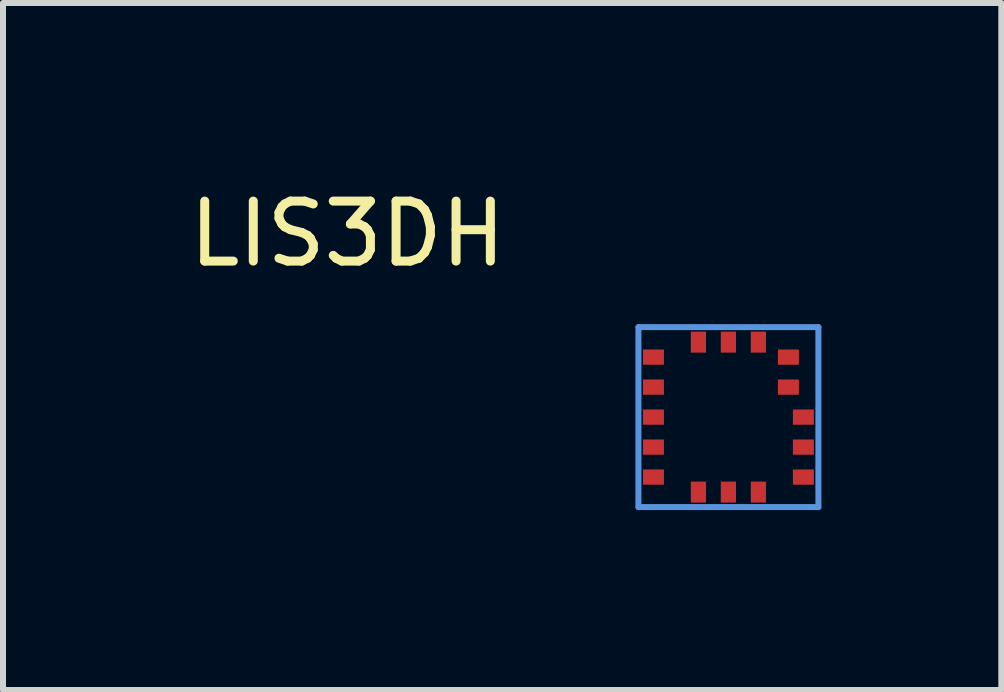
<source format=kicad_pcb>
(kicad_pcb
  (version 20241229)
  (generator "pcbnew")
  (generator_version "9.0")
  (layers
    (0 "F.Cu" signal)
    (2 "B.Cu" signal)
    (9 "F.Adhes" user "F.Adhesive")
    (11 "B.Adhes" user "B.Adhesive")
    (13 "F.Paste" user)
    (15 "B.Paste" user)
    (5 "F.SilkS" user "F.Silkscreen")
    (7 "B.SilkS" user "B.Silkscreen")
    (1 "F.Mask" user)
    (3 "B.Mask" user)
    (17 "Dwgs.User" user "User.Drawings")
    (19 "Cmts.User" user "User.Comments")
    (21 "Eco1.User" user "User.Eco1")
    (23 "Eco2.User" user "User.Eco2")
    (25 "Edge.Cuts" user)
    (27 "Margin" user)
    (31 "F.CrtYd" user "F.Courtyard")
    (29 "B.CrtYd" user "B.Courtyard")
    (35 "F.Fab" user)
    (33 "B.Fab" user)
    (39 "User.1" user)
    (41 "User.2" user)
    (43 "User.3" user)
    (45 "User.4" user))
  (footprint "LIS3DH"
    (layer "F.Cu")
    (at 9.094 3.904)
    (property "Reference" "LIS3DH" (at -6.35 -3.056 0) (layer "F.SilkS") (effects (font (size 1 1) (thickness 0.15))))
    (attr through_hole)
    (fp_line (start -1.5 -1.5) (end 1.5 -1.5) (stroke (width 0.1) (type solid)) (layer "Cmts.User"))
    (fp_line (start -1.5 1.5) (end -1.5 -1.5) (stroke (width 0.1) (type solid)) (layer "Cmts.User"))
    (fp_line (start 1.5 -1.5) (end 1.5 1.5) (stroke (width 0.1) (type solid)) (layer "Cmts.User"))
    (fp_line (start 1.5 1.5) (end -1.5 1.5) (stroke (width 0.1) (type solid)) (layer "Cmts.User"))
    (pad "1" smd rect (at -1.25 -1) (size 0.35 0.254) (layers "F.Cu" "F.Mask" "F.Paste"))
    (pad "1" smd rect (at -1.25 -0.5) (size 0.35 0.254) (layers "F.Cu" "F.Mask" "F.Paste"))
    (pad "1" smd rect (at -1.25 0) (size 0.35 0.254) (layers "F.Cu" "F.Mask" "F.Paste"))
    (pad "1" smd rect (at -1.25 0.5) (size 0.35 0.254) (layers "F.Cu" "F.Mask" "F.Paste"))
    (pad "1" smd rect (at -1.25 1) (size 0.35 0.254) (layers "F.Cu" "F.Mask" "F.Paste"))
    (pad "1" smd rect (at -0.5 -1.25) (size 0.254 0.35) (layers "F.Cu" "F.Mask" "F.Paste"))
    (pad "1" smd rect (at -0.5 1.25) (size 0.254 0.35) (layers "F.Cu" "F.Mask" "F.Paste"))
    (pad "1" smd rect (at 0 -1.25) (size 0.254 0.35) (layers "F.Cu" "F.Mask" "F.Paste"))
    (pad "1" smd rect (at 0 1.25) (size 0.254 0.35) (layers "F.Cu" "F.Mask" "F.Paste"))
    (pad "1" smd rect (at 0.5 -1.25) (size 0.254 0.35) (layers "F.Cu" "F.Mask" "F.Paste"))
    (pad "1" smd rect (at 0.5 1.25) (size 0.254 0.35) (layers "F.Cu" "F.Mask" "F.Paste"))
    (pad "1" smd rect (at 1 -1) (size 0.35 0.254) (layers "F.Cu" "F.Mask" "F.Paste"))
    (pad "1" smd rect (at 1 -0.5) (size 0.35 0.254) (layers "F.Cu" "F.Mask" "F.Paste"))
    (pad "1" smd rect (at 1.25 0) (size 0.35 0.254) (layers "F.Cu" "F.Mask" "F.Paste"))
    (pad "1" smd rect (at 1.25 0.5) (size 0.35 0.254) (layers "F.Cu" "F.Mask" "F.Paste"))
    (pad "1" smd rect (at 1.25 1) (size 0.35 0.254) (layers "F.Cu" "F.Mask" "F.Paste")))
  (gr_rect
    (start -3 -3)
    (end 13.644 8.454)
    (stroke (width 0.1) (type default))
    (fill no)
    (layer "Edge.Cuts")))
</source>
